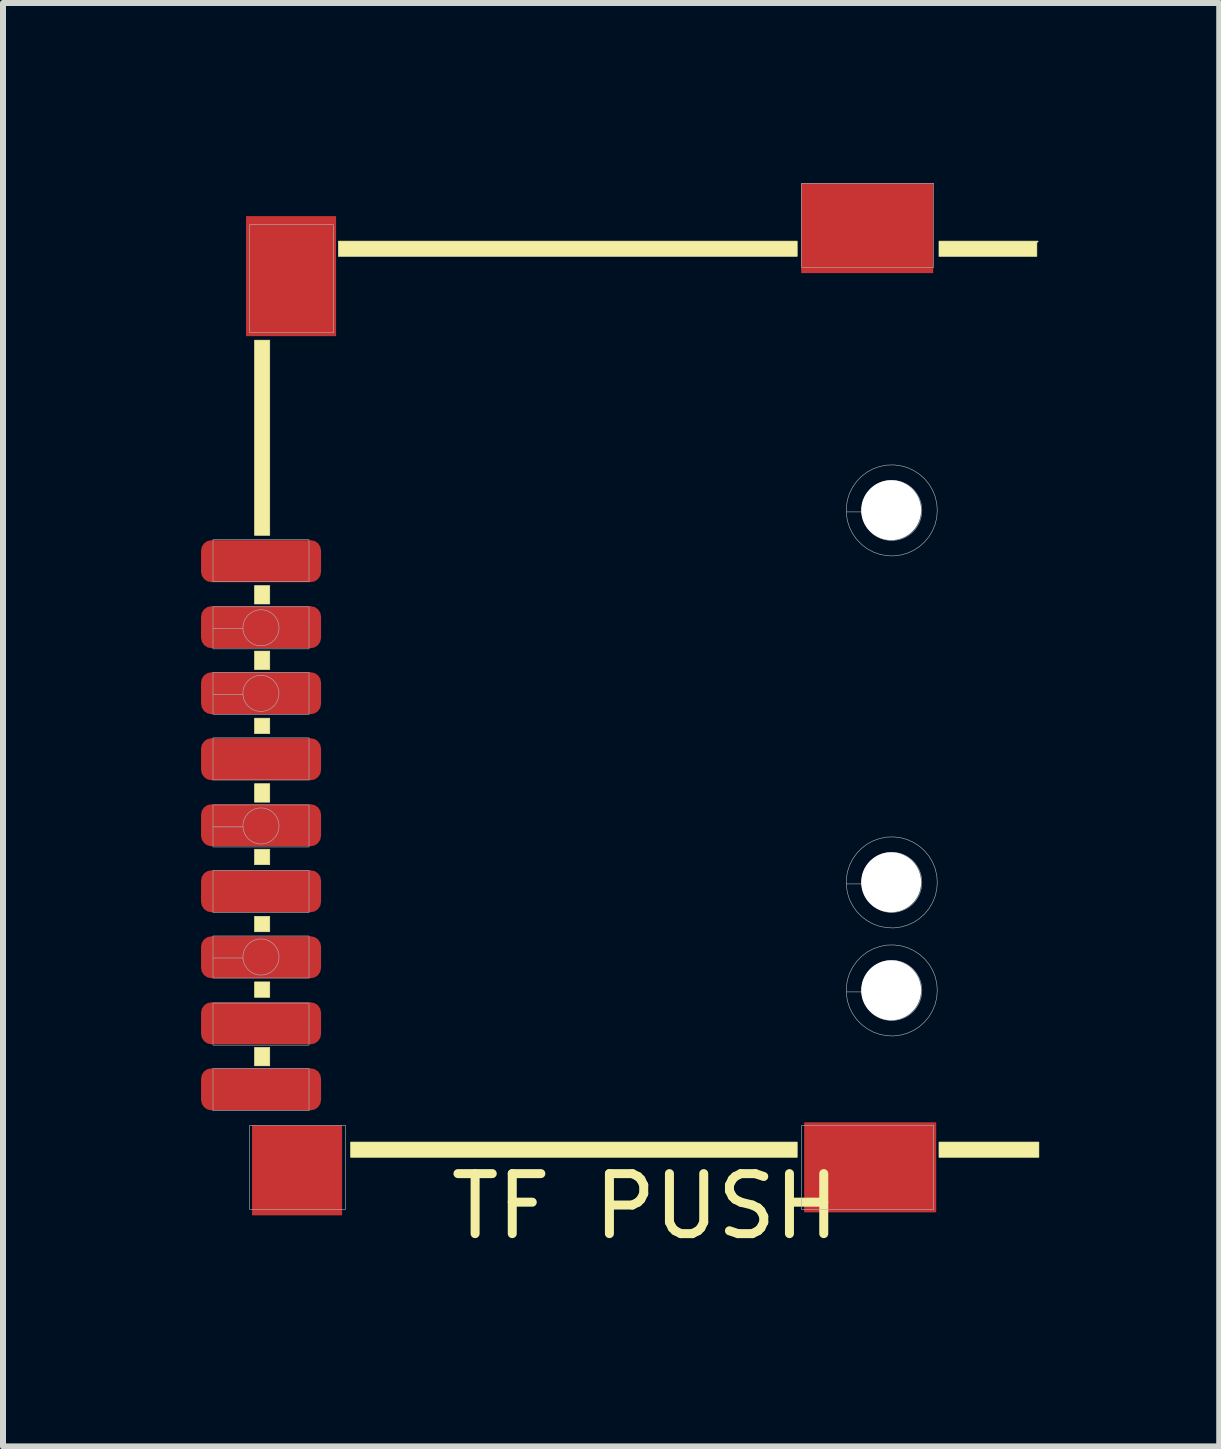
<source format=kicad_pcb>
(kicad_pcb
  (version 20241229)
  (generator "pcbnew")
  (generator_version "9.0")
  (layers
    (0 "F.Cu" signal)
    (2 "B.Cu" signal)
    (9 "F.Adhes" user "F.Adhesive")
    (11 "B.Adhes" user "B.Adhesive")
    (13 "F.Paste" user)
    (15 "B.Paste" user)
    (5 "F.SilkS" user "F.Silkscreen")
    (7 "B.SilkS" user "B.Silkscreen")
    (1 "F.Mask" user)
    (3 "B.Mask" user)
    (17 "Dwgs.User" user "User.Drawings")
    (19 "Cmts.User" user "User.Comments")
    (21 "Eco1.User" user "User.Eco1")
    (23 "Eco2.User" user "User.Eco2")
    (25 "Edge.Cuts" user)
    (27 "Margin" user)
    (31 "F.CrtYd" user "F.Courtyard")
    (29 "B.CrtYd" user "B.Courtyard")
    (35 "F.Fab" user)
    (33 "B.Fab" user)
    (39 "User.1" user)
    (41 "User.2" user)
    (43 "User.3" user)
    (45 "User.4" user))
  (footprint "TF PUSH"
    (layer "F.Cu")
    (at 0.25 17.801)
    (property "Reference" "TF PUSH" (at 7.45 -0.75 0) (unlocked yes) (layer "F.SilkS") (effects (font (size 1 1) (thickness 0.15))))
    (attr smd exclude_from_pos_files)
    (fp_poly (pts (xy 1.195 -11.93) (xy 0.941 -11.93) (xy 0.941 -15.183) (xy 1.195 -15.183)) (stroke (width 0.01) (type solid)) (fill yes) (layer "F.SilkS"))
    (fp_poly (pts (xy 1.195 -10.787) (xy 0.941 -10.787) (xy 0.941 -11.094) (xy 1.195 -11.094)) (stroke (width 0.01) (type solid)) (fill yes) (layer "F.SilkS"))
    (fp_poly (pts (xy 1.195 -9.694) (xy 0.941 -9.694) (xy 0.941 -10.002) (xy 1.195 -10.002)) (stroke (width 0.01) (type solid)) (fill yes) (layer "F.SilkS"))
    (fp_poly (pts (xy 1.195 -8.627) (xy 0.941 -8.627) (xy 0.941 -8.884) (xy 1.195 -8.884)) (stroke (width 0.01) (type solid)) (fill yes) (layer "F.SilkS"))
    (fp_poly (pts (xy 1.195 -7.485) (xy 0.941 -7.485) (xy 0.941 -7.792) (xy 1.195 -7.792)) (stroke (width 0.01) (type solid)) (fill yes) (layer "F.SilkS"))
    (fp_poly (pts (xy 1.195 -6.443) (xy 0.941 -6.443) (xy 0.941 -6.7) (xy 1.195 -6.7)) (stroke (width 0.01) (type solid)) (fill yes) (layer "F.SilkS"))
    (fp_poly (pts (xy 1.195 -5.325) (xy 0.941 -5.325) (xy 0.941 -5.582) (xy 1.195 -5.582)) (stroke (width 0.01) (type solid)) (fill yes) (layer "F.SilkS"))
    (fp_poly (pts (xy 1.195 -4.233) (xy 0.941 -4.233) (xy 0.941 -4.49) (xy 1.195 -4.49)) (stroke (width 0.01) (type solid)) (fill yes) (layer "F.SilkS"))
    (fp_poly (pts (xy 1.195 -3.091) (xy 0.941 -3.091) (xy 0.941 -3.398) (xy 1.195 -3.398)) (stroke (width 0.01) (type solid)) (fill yes) (layer "F.SilkS"))
    (fp_poly (pts (xy 9.984 -16.579) (xy 2.338 -16.579) (xy 2.338 -16.833) (xy 9.984 -16.833)) (stroke (width 0.01) (type solid)) (fill yes) (layer "F.SilkS"))
    (fp_poly (pts (xy 9.984 -1.567) (xy 2.542 -1.567) (xy 2.542 -1.821) (xy 9.984 -1.821)) (stroke (width 0.01) (type solid)) (fill yes) (layer "F.SilkS"))
    (fp_poly (pts (xy 14.011 -1.567) (xy 12.346 -1.567) (xy 12.346 -1.821) (xy 14.011 -1.821)) (stroke (width 0.01) (type solid)) (fill yes) (layer "F.SilkS"))
    (fp_poly (pts (xy 13.977 -16.807) (xy 13.977 -16.579) (xy 12.346 -16.579) (xy 12.346 -16.833) (xy 14 -16.833)) (stroke (width 0.01) (type solid)) (fill yes) (layer "F.SilkS"))
    (fp_poly (pts (xy 1.849 -11.158) (xy 0.249 -11.158) (xy 0.249 -11.859) (xy 1.849 -11.859)) (stroke (width 0.01) (type solid)) (fill no) (layer "F.Fab"))
    (fp_poly (pts (xy 1.849 -7.856) (xy 0.249 -7.856) (xy 0.249 -8.557) (xy 1.849 -8.557)) (stroke (width 0.01) (type solid)) (fill no) (layer "F.Fab"))
    (fp_poly (pts (xy 1.849 -5.646) (xy 0.249 -5.646) (xy 0.249 -6.347) (xy 1.849 -6.347)) (stroke (width 0.01) (type solid)) (fill no) (layer "F.Fab"))
    (fp_poly (pts (xy 1.849 -3.436) (xy 0.249 -3.436) (xy 0.249 -4.137) (xy 1.849 -4.137)) (stroke (width 0.01) (type solid)) (fill no) (layer "F.Fab"))
    (fp_poly (pts (xy 1.849 -2.344) (xy 0.249 -2.344) (xy 0.249 -3.045) (xy 1.849 -3.045)) (stroke (width 0.01) (type solid)) (fill no) (layer "F.Fab"))
    (fp_poly (pts (xy 2.257 -15.307) (xy 0.857 -15.307) (xy 0.857 -17.108) (xy 2.257 -17.108)) (stroke (width 0.01) (type solid)) (fill no) (layer "F.Fab"))
    (fp_poly (pts (xy 2.459 -0.699) (xy 0.858 -0.699) (xy 0.858 -2.099) (xy 2.459 -2.099)) (stroke (width 0.01) (type solid)) (fill no) (layer "F.Fab"))
    (fp_poly (pts (xy 12.258 -16.396) (xy 10.058 -16.396) (xy 10.058 -17.796) (xy 12.258 -17.796)) (stroke (width 0.01) (type solid)) (fill no) (layer "F.Fab"))
    (fp_poly (pts (xy 12.258 -0.699) (xy 10.058 -0.699) (xy 10.058 -2.099) (xy 12.258 -2.099)) (stroke (width 0.01) (type solid)) (fill no) (layer "F.Fab"))
    (fp_poly (pts (xy 1.849 -10.04) (xy 0.249 -10.04) (xy 0.249 -10.39) (xy 0.749 -10.39) (xy 0.749 -10.375) (xy 0.75 -10.36) (xy 0.752 -10.345) (xy 0.755 -10.33) (xy 0.758 -10.316) (xy 0.762 -10.301) (xy 0.767 -10.287) (xy 0.772 -10.274) (xy 0.778 -10.26) (xy 0.785 -10.247) (xy 0.792 -10.235) (xy 0.8 -10.223) (xy 0.808 -10.211) (xy 0.817 -10.2) (xy 0.826 -10.189) (xy 0.836 -10.178) (xy 0.847 -10.168) (xy 0.858 -10.159) (xy 0.869 -10.15) (xy 0.881 -10.142) (xy 0.893 -10.134) (xy 0.906 -10.127) (xy 0.918 -10.12) (xy 0.932 -10.114) (xy 0.945 -10.109) (xy 0.959 -10.104) (xy 0.974 -10.1) (xy 0.988 -10.097) (xy 1.003 -10.094) (xy 1.018 -10.092) (xy 1.033 -10.091) (xy 1.049 -10.09) (xy 1.064 -10.091) (xy 1.079 -10.092) (xy 1.094 -10.094) (xy 1.109 -10.097) (xy 1.124 -10.1) (xy 1.138 -10.104) (xy 1.152 -10.109) (xy 1.165 -10.114) (xy 1.179 -10.12) (xy 1.192 -10.127) (xy 1.204 -10.134) (xy 1.216 -10.142) (xy 1.228 -10.15) (xy 1.239 -10.159) (xy 1.25 -10.168) (xy 1.261 -10.178) (xy 1.271 -10.189) (xy 1.28 -10.2) (xy 1.289 -10.211) (xy 1.297 -10.223) (xy 1.305 -10.235) (xy 1.312 -10.247) (xy 1.319 -10.26) (xy 1.325 -10.274) (xy 1.33 -10.287) (xy 1.335 -10.301) (xy 1.339 -10.316) (xy 1.342 -10.33) (xy 1.345 -10.345) (xy 1.347 -10.36) (xy 1.348 -10.375) (xy 1.349 -10.39) (xy 1.348 -10.406) (xy 1.347 -10.421) (xy 1.345 -10.436) (xy 1.342 -10.451) (xy 1.339 -10.465) (xy 1.335 -10.48) (xy 1.33 -10.494) (xy 1.325 -10.507) (xy 1.319 -10.521) (xy 1.312 -10.533) (xy 1.305 -10.546) (xy 1.297 -10.558) (xy 1.289 -10.57) (xy 1.28 -10.581) (xy 1.271 -10.592) (xy 1.261 -10.603) (xy 1.25 -10.613) (xy 1.239 -10.622) (xy 1.228 -10.631) (xy 1.216 -10.639) (xy 1.204 -10.647) (xy 1.192 -10.654) (xy 1.179 -10.661) (xy 1.165 -10.667) (xy 1.152 -10.672) (xy 1.138 -10.677) (xy 1.124 -10.681) (xy 1.109 -10.684) (xy 1.094 -10.687) (xy 1.079 -10.689) (xy 1.064 -10.69) (xy 1.049 -10.69) (xy 1.033 -10.69) (xy 1.018 -10.689) (xy 1.003 -10.687) (xy 0.988 -10.684) (xy 0.974 -10.681) (xy 0.959 -10.677) (xy 0.945 -10.672) (xy 0.932 -10.667) (xy 0.918 -10.661) (xy 0.906 -10.654) (xy 0.893 -10.647) (xy 0.881 -10.639) (xy 0.869 -10.631) (xy 0.858 -10.622) (xy 0.847 -10.613) (xy 0.836 -10.603) (xy 0.826 -10.592) (xy 0.817 -10.581) (xy 0.808 -10.57) (xy 0.8 -10.558) (xy 0.792 -10.546) (xy 0.785 -10.533) (xy 0.778 -10.521) (xy 0.772 -10.507) (xy 0.767 -10.494) (xy 0.762 -10.48) (xy 0.758 -10.465) (xy 0.755 -10.451) (xy 0.752 -10.436) (xy 0.75 -10.421) (xy 0.749 -10.406) (xy 0.749 -10.39) (xy 0.249 -10.39) (xy 0.249 -10.741) (xy 1.849 -10.741)) (stroke (width 0.01) (type solid)) (fill no) (layer "F.Fab"))
    (fp_poly (pts (xy 1.849 -8.948) (xy 0.249 -8.948) (xy 0.249 -9.297) (xy 0.748 -9.297) (xy 0.748 -9.282) (xy 0.749 -9.267) (xy 0.751 -9.252) (xy 0.754 -9.237) (xy 0.757 -9.222) (xy 0.761 -9.208) (xy 0.766 -9.194) (xy 0.771 -9.181) (xy 0.777 -9.167) (xy 0.784 -9.154) (xy 0.791 -9.142) (xy 0.799 -9.13) (xy 0.807 -9.118) (xy 0.816 -9.106) (xy 0.825 -9.096) (xy 0.835 -9.085) (xy 0.846 -9.075) (xy 0.857 -9.066) (xy 0.868 -9.057) (xy 0.88 -9.049) (xy 0.892 -9.041) (xy 0.905 -9.033) (xy 0.917 -9.027) (xy 0.931 -9.021) (xy 0.944 -9.015) (xy 0.958 -9.011) (xy 0.973 -9.007) (xy 0.987 -9.003) (xy 1.002 -9.001) (xy 1.017 -8.999) (xy 1.032 -8.998) (xy 1.048 -8.997) (xy 1.063 -8.998) (xy 1.078 -8.999) (xy 1.093 -9.001) (xy 1.108 -9.003) (xy 1.123 -9.007) (xy 1.137 -9.011) (xy 1.151 -9.015) (xy 1.164 -9.021) (xy 1.178 -9.027) (xy 1.191 -9.033) (xy 1.203 -9.041) (xy 1.215 -9.049) (xy 1.227 -9.057) (xy 1.238 -9.066) (xy 1.249 -9.075) (xy 1.26 -9.085) (xy 1.27 -9.096) (xy 1.279 -9.106) (xy 1.288 -9.118) (xy 1.296 -9.13) (xy 1.304 -9.142) (xy 1.311 -9.154) (xy 1.318 -9.167) (xy 1.324 -9.181) (xy 1.329 -9.194) (xy 1.334 -9.208) (xy 1.338 -9.222) (xy 1.341 -9.237) (xy 1.344 -9.252) (xy 1.346 -9.267) (xy 1.347 -9.282) (xy 1.348 -9.297) (xy 1.347 -9.313) (xy 1.346 -9.328) (xy 1.344 -9.343) (xy 1.341 -9.358) (xy 1.338 -9.372) (xy 1.334 -9.386) (xy 1.329 -9.4) (xy 1.324 -9.414) (xy 1.318 -9.427) (xy 1.311 -9.44) (xy 1.304 -9.453) (xy 1.296 -9.465) (xy 1.288 -9.477) (xy 1.279 -9.488) (xy 1.27 -9.499) (xy 1.26 -9.509) (xy 1.249 -9.519) (xy 1.238 -9.529) (xy 1.227 -9.538) (xy 1.215 -9.546) (xy 1.203 -9.554) (xy 1.191 -9.561) (xy 1.178 -9.568) (xy 1.164 -9.574) (xy 1.151 -9.579) (xy 1.137 -9.584) (xy 1.123 -9.588) (xy 1.108 -9.591) (xy 1.093 -9.594) (xy 1.078 -9.596) (xy 1.063 -9.597) (xy 1.048 -9.597) (xy 1.032 -9.597) (xy 1.017 -9.596) (xy 1.002 -9.594) (xy 0.987 -9.591) (xy 0.973 -9.588) (xy 0.958 -9.584) (xy 0.944 -9.579) (xy 0.931 -9.574) (xy 0.917 -9.568) (xy 0.905 -9.561) (xy 0.892 -9.554) (xy 0.88 -9.546) (xy 0.868 -9.538) (xy 0.857 -9.529) (xy 0.846 -9.519) (xy 0.835 -9.509) (xy 0.825 -9.499) (xy 0.816 -9.488) (xy 0.807 -9.477) (xy 0.799 -9.465) (xy 0.791 -9.453) (xy 0.784 -9.44) (xy 0.777 -9.427) (xy 0.771 -9.414) (xy 0.766 -9.4) (xy 0.761 -9.386) (xy 0.757 -9.372) (xy 0.754 -9.358) (xy 0.751 -9.343) (xy 0.749 -9.328) (xy 0.748 -9.313) (xy 0.748 -9.297) (xy 0.249 -9.297) (xy 0.249 -9.649) (xy 1.849 -9.649)) (stroke (width 0.01) (type solid)) (fill no) (layer "F.Fab"))
    (fp_poly (pts (xy 1.849 -6.738) (xy 0.249 -6.738) (xy 0.249 -7.088) (xy 0.749 -7.088) (xy 0.749 -7.073) (xy 0.75 -7.058) (xy 0.752 -7.043) (xy 0.755 -7.028) (xy 0.758 -7.014) (xy 0.762 -6.999) (xy 0.767 -6.985) (xy 0.772 -6.972) (xy 0.778 -6.958) (xy 0.785 -6.945) (xy 0.792 -6.933) (xy 0.8 -6.921) (xy 0.808 -6.909) (xy 0.817 -6.898) (xy 0.826 -6.887) (xy 0.836 -6.876) (xy 0.847 -6.866) (xy 0.858 -6.857) (xy 0.869 -6.848) (xy 0.881 -6.84) (xy 0.893 -6.832) (xy 0.906 -6.825) (xy 0.918 -6.818) (xy 0.932 -6.812) (xy 0.945 -6.807) (xy 0.959 -6.802) (xy 0.974 -6.798) (xy 0.988 -6.795) (xy 1.003 -6.792) (xy 1.018 -6.79) (xy 1.033 -6.789) (xy 1.049 -6.788) (xy 1.064 -6.789) (xy 1.079 -6.79) (xy 1.094 -6.792) (xy 1.109 -6.795) (xy 1.124 -6.798) (xy 1.138 -6.802) (xy 1.152 -6.807) (xy 1.165 -6.812) (xy 1.179 -6.818) (xy 1.192 -6.825) (xy 1.204 -6.832) (xy 1.216 -6.84) (xy 1.228 -6.848) (xy 1.239 -6.857) (xy 1.25 -6.866) (xy 1.261 -6.876) (xy 1.271 -6.887) (xy 1.28 -6.898) (xy 1.289 -6.909) (xy 1.297 -6.921) (xy 1.305 -6.933) (xy 1.312 -6.945) (xy 1.319 -6.958) (xy 1.325 -6.972) (xy 1.33 -6.985) (xy 1.335 -6.999) (xy 1.339 -7.014) (xy 1.342 -7.028) (xy 1.345 -7.043) (xy 1.347 -7.058) (xy 1.348 -7.073) (xy 1.349 -7.088) (xy 1.348 -7.104) (xy 1.347 -7.119) (xy 1.345 -7.134) (xy 1.342 -7.149) (xy 1.339 -7.163) (xy 1.335 -7.178) (xy 1.33 -7.192) (xy 1.325 -7.205) (xy 1.319 -7.219) (xy 1.312 -7.231) (xy 1.305 -7.244) (xy 1.297 -7.256) (xy 1.289 -7.268) (xy 1.28 -7.279) (xy 1.271 -7.29) (xy 1.261 -7.301) (xy 1.25 -7.311) (xy 1.239 -7.32) (xy 1.228 -7.329) (xy 1.216 -7.337) (xy 1.204 -7.345) (xy 1.192 -7.352) (xy 1.179 -7.359) (xy 1.165 -7.365) (xy 1.152 -7.37) (xy 1.138 -7.375) (xy 1.124 -7.379) (xy 1.109 -7.382) (xy 1.094 -7.385) (xy 1.079 -7.387) (xy 1.064 -7.388) (xy 1.049 -7.388) (xy 1.033 -7.388) (xy 1.018 -7.387) (xy 1.003 -7.385) (xy 0.988 -7.382) (xy 0.974 -7.379) (xy 0.959 -7.375) (xy 0.945 -7.37) (xy 0.932 -7.365) (xy 0.918 -7.359) (xy 0.906 -7.352) (xy 0.893 -7.345) (xy 0.881 -7.337) (xy 0.869 -7.329) (xy 0.858 -7.32) (xy 0.847 -7.311) (xy 0.836 -7.301) (xy 0.826 -7.29) (xy 0.817 -7.279) (xy 0.808 -7.268) (xy 0.8 -7.256) (xy 0.792 -7.244) (xy 0.785 -7.231) (xy 0.778 -7.219) (xy 0.772 -7.205) (xy 0.767 -7.192) (xy 0.762 -7.178) (xy 0.758 -7.163) (xy 0.755 -7.149) (xy 0.752 -7.134) (xy 0.75 -7.119) (xy 0.749 -7.104) (xy 0.749 -7.088) (xy 0.249 -7.088) (xy 0.249 -7.439) (xy 1.849 -7.439)) (stroke (width 0.01) (type solid)) (fill no) (layer "F.Fab"))
    (fp_poly (pts (xy 1.849 -4.554) (xy 0.249 -4.554) (xy 0.249 -4.904) (xy 0.749 -4.904) (xy 0.749 -4.889) (xy 0.75 -4.873) (xy 0.752 -4.858) (xy 0.755 -4.844) (xy 0.758 -4.829) (xy 0.762 -4.815) (xy 0.767 -4.801) (xy 0.772 -4.787) (xy 0.778 -4.774) (xy 0.785 -4.761) (xy 0.792 -4.749) (xy 0.8 -4.736) (xy 0.808 -4.725) (xy 0.817 -4.713) (xy 0.826 -4.702) (xy 0.836 -4.692) (xy 0.847 -4.682) (xy 0.858 -4.673) (xy 0.869 -4.664) (xy 0.881 -4.655) (xy 0.893 -4.648) (xy 0.906 -4.64) (xy 0.918 -4.634) (xy 0.932 -4.628) (xy 0.945 -4.622) (xy 0.959 -4.618) (xy 0.974 -4.614) (xy 0.988 -4.61) (xy 1.003 -4.608) (xy 1.018 -4.606) (xy 1.033 -4.604) (xy 1.049 -4.604) (xy 1.064 -4.604) (xy 1.079 -4.606) (xy 1.094 -4.608) (xy 1.109 -4.61) (xy 1.124 -4.614) (xy 1.138 -4.618) (xy 1.152 -4.622) (xy 1.165 -4.628) (xy 1.179 -4.634) (xy 1.192 -4.64) (xy 1.204 -4.648) (xy 1.216 -4.655) (xy 1.228 -4.664) (xy 1.239 -4.673) (xy 1.25 -4.682) (xy 1.261 -4.692) (xy 1.271 -4.702) (xy 1.28 -4.713) (xy 1.289 -4.725) (xy 1.297 -4.736) (xy 1.305 -4.749) (xy 1.312 -4.761) (xy 1.319 -4.774) (xy 1.325 -4.787) (xy 1.33 -4.801) (xy 1.335 -4.815) (xy 1.339 -4.829) (xy 1.342 -4.844) (xy 1.345 -4.858) (xy 1.347 -4.873) (xy 1.348 -4.889) (xy 1.349 -4.904) (xy 1.348 -4.92) (xy 1.347 -4.935) (xy 1.345 -4.95) (xy 1.342 -4.965) (xy 1.339 -4.979) (xy 1.335 -4.993) (xy 1.33 -5.007) (xy 1.325 -5.021) (xy 1.319 -5.034) (xy 1.312 -5.047) (xy 1.305 -5.06) (xy 1.297 -5.072) (xy 1.289 -5.084) (xy 1.28 -5.095) (xy 1.271 -5.106) (xy 1.261 -5.116) (xy 1.25 -5.126) (xy 1.239 -5.136) (xy 1.228 -5.144) (xy 1.216 -5.153) (xy 1.204 -5.161) (xy 1.192 -5.168) (xy 1.179 -5.175) (xy 1.165 -5.181) (xy 1.152 -5.186) (xy 1.138 -5.191) (xy 1.124 -5.195) (xy 1.109 -5.198) (xy 1.094 -5.201) (xy 1.079 -5.203) (xy 1.064 -5.204) (xy 1.049 -5.204) (xy 1.033 -5.204) (xy 1.018 -5.203) (xy 1.003 -5.201) (xy 0.988 -5.198) (xy 0.974 -5.195) (xy 0.959 -5.191) (xy 0.945 -5.186) (xy 0.932 -5.181) (xy 0.918 -5.175) (xy 0.906 -5.168) (xy 0.893 -5.161) (xy 0.881 -5.153) (xy 0.869 -5.144) (xy 0.858 -5.136) (xy 0.847 -5.126) (xy 0.836 -5.116) (xy 0.826 -5.106) (xy 0.817 -5.095) (xy 0.808 -5.084) (xy 0.8 -5.072) (xy 0.792 -5.06) (xy 0.785 -5.047) (xy 0.778 -5.034) (xy 0.772 -5.021) (xy 0.767 -5.007) (xy 0.762 -4.993) (xy 0.758 -4.979) (xy 0.755 -4.965) (xy 0.752 -4.95) (xy 0.75 -4.935) (xy 0.749 -4.92) (xy 0.749 -4.904) (xy 0.249 -4.904) (xy 0.249 -5.255) (xy 1.849 -5.255)) (stroke (width 0.01) (type solid)) (fill no) (layer "F.Fab"))
    (fp_poly (pts (xy 11.704 -13.091) (xy 11.816 -13.061) (xy 11.922 -13.013) (xy 12.019 -12.95) (xy 12.106 -12.873) (xy 12.18 -12.783) (xy 12.239 -12.683) (xy 12.283 -12.575) (xy 12.309 -12.462) (xy 12.318 -12.346) (xy 12.309 -12.23) (xy 12.283 -12.117) (xy 12.239 -12.009) (xy 12.18 -11.91) (xy 12.106 -11.82) (xy 12.019 -11.743) (xy 11.922 -11.68) (xy 11.816 -11.632) (xy 11.704 -11.602) (xy 11.589 -11.588) (xy 11.472 -11.592) (xy 11.358 -11.615) (xy 11.249 -11.654) (xy 11.147 -11.709) (xy 11.055 -11.78) (xy 10.974 -11.864) (xy 10.907 -11.959) (xy 10.855 -12.063) (xy 10.82 -12.174) (xy 10.803 -12.288) (xy 10.803 -12.346) (xy 11.06 -12.346) (xy 11.06 -12.321) (xy 11.062 -12.295) (xy 11.066 -12.27) (xy 11.07 -12.245) (xy 11.076 -12.221) (xy 11.082 -12.198) (xy 11.09 -12.174) (xy 11.099 -12.152) (xy 11.109 -12.129) (xy 11.12 -12.108) (xy 11.132 -12.087) (xy 11.145 -12.067) (xy 11.159 -12.047) (xy 11.174 -12.028) (xy 11.19 -12.01) (xy 11.206 -11.993) (xy 11.224 -11.976) (xy 11.242 -11.96) (xy 11.261 -11.946) (xy 11.28 -11.932) (xy 11.301 -11.919) (xy 11.321 -11.907) (xy 11.343 -11.896) (xy 11.365 -11.886) (xy 11.388 -11.877) (xy 11.411 -11.869) (xy 11.435 -11.862) (xy 11.459 -11.856) (xy 11.484 -11.852) (xy 11.509 -11.849) (xy 11.534 -11.847) (xy 11.56 -11.846) (xy 11.586 -11.847) (xy 11.611 -11.849) (xy 11.636 -11.852) (xy 11.661 -11.856) (xy 11.685 -11.862) (xy 11.709 -11.869) (xy 11.732 -11.877) (xy 11.754 -11.886) (xy 11.777 -11.896) (xy 11.798 -11.907) (xy 11.819 -11.919) (xy 11.839 -11.932) (xy 11.859 -11.946) (xy 11.878 -11.96) (xy 11.896 -11.976) (xy 11.913 -11.993) (xy 11.93 -12.01) (xy 11.946 -12.028) (xy 11.96 -12.047) (xy 11.974 -12.067) (xy 11.987 -12.087) (xy 11.999 -12.108) (xy 12.011 -12.129) (xy 12.021 -12.152) (xy 12.029 -12.174) (xy 12.037 -12.198) (xy 12.044 -12.221) (xy 12.05 -12.245) (xy 12.054 -12.27) (xy 12.057 -12.295) (xy 12.059 -12.321) (xy 12.06 -12.346) (xy 12.059 -12.372) (xy 12.057 -12.397) (xy 12.054 -12.422) (xy 12.05 -12.447) (xy 12.044 -12.471) (xy 12.037 -12.495) (xy 12.029 -12.518) (xy 12.021 -12.541) (xy 12.011 -12.563) (xy 11.999 -12.585) (xy 11.987 -12.606) (xy 11.974 -12.626) (xy 11.96 -12.645) (xy 11.946 -12.664) (xy 11.93 -12.682) (xy 11.913 -12.7) (xy 11.896 -12.716) (xy 11.878 -12.732) (xy 11.859 -12.747) (xy 11.839 -12.761) (xy 11.819 -12.774) (xy 11.798 -12.786) (xy 11.777 -12.797) (xy 11.754 -12.807) (xy 11.732 -12.816) (xy 11.709 -12.824) (xy 11.685 -12.83) (xy 11.661 -12.836) (xy 11.636 -12.84) (xy 11.611 -12.844) (xy 11.586 -12.846) (xy 11.56 -12.846) (xy 11.534 -12.846) (xy 11.509 -12.844) (xy 11.484 -12.84) (xy 11.459 -12.836) (xy 11.435 -12.83) (xy 11.411 -12.824) (xy 11.388 -12.816) (xy 11.365 -12.807) (xy 11.343 -12.797) (xy 11.321 -12.786) (xy 11.301 -12.774) (xy 11.28 -12.761) (xy 11.261 -12.747) (xy 11.242 -12.732) (xy 11.224 -12.716) (xy 11.206 -12.7) (xy 11.19 -12.682) (xy 11.174 -12.664) (xy 11.159 -12.645) (xy 11.145 -12.626) (xy 11.132 -12.606) (xy 11.12 -12.585) (xy 11.109 -12.563) (xy 11.099 -12.541) (xy 11.09 -12.518) (xy 11.082 -12.495) (xy 11.076 -12.471) (xy 11.07 -12.447) (xy 11.066 -12.422) (xy 11.062 -12.397) (xy 11.06 -12.372) (xy 11.06 -12.346) (xy 10.803 -12.346) (xy 10.803 -12.404) (xy 10.82 -12.519) (xy 10.855 -12.63) (xy 10.907 -12.734) (xy 10.974 -12.829) (xy 11.055 -12.913) (xy 11.147 -12.983) (xy 11.249 -13.039) (xy 11.358 -13.078) (xy 11.472 -13.1) (xy 11.589 -13.105)) (stroke (width 0.01) (type solid)) (fill no) (layer "F.Fab"))
    (fp_poly (pts (xy 11.704 -6.893) (xy 11.816 -6.862) (xy 11.922 -6.814) (xy 12.019 -6.751) (xy 12.106 -6.674) (xy 12.18 -6.584) (xy 12.239 -6.485) (xy 12.283 -6.377) (xy 12.309 -6.264) (xy 12.318 -6.148) (xy 12.309 -6.032) (xy 12.283 -5.919) (xy 12.239 -5.811) (xy 12.18 -5.711) (xy 12.106 -5.622) (xy 12.019 -5.544) (xy 11.922 -5.481) (xy 11.816 -5.434) (xy 11.704 -5.403) (xy 11.589 -5.389) (xy 11.472 -5.394) (xy 11.358 -5.416) (xy 11.249 -5.455) (xy 11.147 -5.511) (xy 11.055 -5.581) (xy 10.974 -5.665) (xy 10.907 -5.76) (xy 10.855 -5.864) (xy 10.82 -5.975) (xy 10.803 -6.09) (xy 10.803 -6.148) (xy 11.06 -6.148) (xy 11.06 -6.123) (xy 11.062 -6.097) (xy 11.066 -6.072) (xy 11.07 -6.047) (xy 11.076 -6.023) (xy 11.082 -6) (xy 11.09 -5.976) (xy 11.099 -5.954) (xy 11.109 -5.931) (xy 11.12 -5.91) (xy 11.132 -5.889) (xy 11.145 -5.869) (xy 11.159 -5.849) (xy 11.174 -5.83) (xy 11.19 -5.812) (xy 11.206 -5.795) (xy 11.224 -5.778) (xy 11.242 -5.762) (xy 11.261 -5.748) (xy 11.28 -5.734) (xy 11.301 -5.721) (xy 11.321 -5.709) (xy 11.343 -5.698) (xy 11.365 -5.688) (xy 11.388 -5.679) (xy 11.411 -5.671) (xy 11.435 -5.664) (xy 11.459 -5.658) (xy 11.484 -5.654) (xy 11.509 -5.651) (xy 11.534 -5.649) (xy 11.56 -5.648) (xy 11.586 -5.649) (xy 11.611 -5.651) (xy 11.636 -5.654) (xy 11.661 -5.658) (xy 11.685 -5.664) (xy 11.709 -5.671) (xy 11.732 -5.679) (xy 11.754 -5.688) (xy 11.777 -5.698) (xy 11.798 -5.709) (xy 11.819 -5.721) (xy 11.839 -5.734) (xy 11.859 -5.748) (xy 11.878 -5.762) (xy 11.896 -5.778) (xy 11.913 -5.795) (xy 11.93 -5.812) (xy 11.946 -5.83) (xy 11.96 -5.849) (xy 11.974 -5.869) (xy 11.987 -5.889) (xy 11.999 -5.91) (xy 12.011 -5.931) (xy 12.021 -5.954) (xy 12.029 -5.976) (xy 12.037 -6) (xy 12.044 -6.023) (xy 12.05 -6.047) (xy 12.054 -6.072) (xy 12.057 -6.097) (xy 12.059 -6.123) (xy 12.06 -6.148) (xy 12.059 -6.174) (xy 12.057 -6.199) (xy 12.054 -6.224) (xy 12.05 -6.249) (xy 12.044 -6.273) (xy 12.037 -6.297) (xy 12.029 -6.32) (xy 12.021 -6.343) (xy 12.011 -6.365) (xy 11.999 -6.387) (xy 11.987 -6.408) (xy 11.974 -6.428) (xy 11.96 -6.447) (xy 11.946 -6.466) (xy 11.93 -6.484) (xy 11.913 -6.502) (xy 11.896 -6.518) (xy 11.878 -6.534) (xy 11.859 -6.549) (xy 11.839 -6.563) (xy 11.819 -6.576) (xy 11.798 -6.588) (xy 11.777 -6.599) (xy 11.754 -6.609) (xy 11.732 -6.618) (xy 11.709 -6.626) (xy 11.685 -6.632) (xy 11.661 -6.638) (xy 11.636 -6.642) (xy 11.611 -6.646) (xy 11.586 -6.648) (xy 11.56 -6.648) (xy 11.534 -6.648) (xy 11.509 -6.646) (xy 11.484 -6.642) (xy 11.459 -6.638) (xy 11.435 -6.632) (xy 11.411 -6.626) (xy 11.388 -6.618) (xy 11.365 -6.609) (xy 11.343 -6.599) (xy 11.321 -6.588) (xy 11.301 -6.576) (xy 11.28 -6.563) (xy 11.261 -6.549) (xy 11.242 -6.534) (xy 11.224 -6.518) (xy 11.206 -6.502) (xy 11.19 -6.484) (xy 11.174 -6.466) (xy 11.159 -6.447) (xy 11.145 -6.428) (xy 11.132 -6.408) (xy 11.12 -6.387) (xy 11.109 -6.365) (xy 11.099 -6.343) (xy 11.09 -6.32) (xy 11.082 -6.297) (xy 11.076 -6.273) (xy 11.07 -6.249) (xy 11.066 -6.224) (xy 11.062 -6.199) (xy 11.06 -6.174) (xy 11.06 -6.148) (xy 10.803 -6.148) (xy 10.803 -6.206) (xy 10.82 -6.321) (xy 10.855 -6.431) (xy 10.907 -6.535) (xy 10.974 -6.63) (xy 11.055 -6.714) (xy 11.147 -6.785) (xy 11.249 -6.84) (xy 11.358 -6.879) (xy 11.472 -6.902) (xy 11.589 -6.906)) (stroke (width 0.01) (type solid)) (fill no) (layer "F.Fab"))
    (fp_poly (pts (xy 11.704 -5.093) (xy 11.816 -5.062) (xy 11.922 -5.014) (xy 12.019 -4.951) (xy 12.106 -4.874) (xy 12.18 -4.784) (xy 12.239 -4.685) (xy 12.283 -4.577) (xy 12.309 -4.464) (xy 12.318 -4.348) (xy 12.309 -4.232) (xy 12.283 -4.119) (xy 12.239 -4.011) (xy 12.18 -3.911) (xy 12.106 -3.822) (xy 12.019 -3.744) (xy 11.922 -3.681) (xy 11.816 -3.634) (xy 11.704 -3.603) (xy 11.589 -3.589) (xy 11.472 -3.594) (xy 11.358 -3.616) (xy 11.249 -3.655) (xy 11.147 -3.711) (xy 11.055 -3.781) (xy 10.974 -3.865) (xy 10.907 -3.96) (xy 10.855 -4.064) (xy 10.82 -4.175) (xy 10.803 -4.29) (xy 10.803 -4.348) (xy 11.06 -4.348) (xy 11.06 -4.323) (xy 11.062 -4.297) (xy 11.066 -4.272) (xy 11.07 -4.247) (xy 11.076 -4.223) (xy 11.082 -4.2) (xy 11.09 -4.176) (xy 11.099 -4.154) (xy 11.109 -4.131) (xy 11.12 -4.11) (xy 11.132 -4.089) (xy 11.145 -4.069) (xy 11.159 -4.049) (xy 11.174 -4.03) (xy 11.19 -4.012) (xy 11.206 -3.995) (xy 11.224 -3.978) (xy 11.242 -3.962) (xy 11.261 -3.948) (xy 11.28 -3.934) (xy 11.301 -3.921) (xy 11.321 -3.909) (xy 11.343 -3.898) (xy 11.365 -3.888) (xy 11.388 -3.879) (xy 11.411 -3.871) (xy 11.435 -3.864) (xy 11.459 -3.858) (xy 11.484 -3.854) (xy 11.509 -3.851) (xy 11.534 -3.849) (xy 11.56 -3.848) (xy 11.586 -3.849) (xy 11.611 -3.851) (xy 11.636 -3.854) (xy 11.661 -3.858) (xy 11.685 -3.864) (xy 11.709 -3.871) (xy 11.732 -3.879) (xy 11.754 -3.888) (xy 11.777 -3.898) (xy 11.798 -3.909) (xy 11.819 -3.921) (xy 11.839 -3.934) (xy 11.859 -3.948) (xy 11.878 -3.962) (xy 11.896 -3.978) (xy 11.913 -3.995) (xy 11.93 -4.012) (xy 11.946 -4.03) (xy 11.96 -4.049) (xy 11.974 -4.069) (xy 11.987 -4.089) (xy 11.999 -4.11) (xy 12.011 -4.131) (xy 12.021 -4.154) (xy 12.029 -4.176) (xy 12.037 -4.2) (xy 12.044 -4.223) (xy 12.05 -4.247) (xy 12.054 -4.272) (xy 12.057 -4.297) (xy 12.059 -4.323) (xy 12.06 -4.348) (xy 12.059 -4.374) (xy 12.057 -4.399) (xy 12.054 -4.424) (xy 12.05 -4.449) (xy 12.044 -4.473) (xy 12.037 -4.497) (xy 12.029 -4.52) (xy 12.021 -4.543) (xy 12.011 -4.565) (xy 11.999 -4.587) (xy 11.987 -4.608) (xy 11.974 -4.628) (xy 11.96 -4.647) (xy 11.946 -4.666) (xy 11.93 -4.684) (xy 11.913 -4.702) (xy 11.896 -4.718) (xy 11.878 -4.734) (xy 11.859 -4.749) (xy 11.839 -4.763) (xy 11.819 -4.776) (xy 11.798 -4.788) (xy 11.777 -4.799) (xy 11.754 -4.809) (xy 11.732 -4.818) (xy 11.709 -4.826) (xy 11.685 -4.832) (xy 11.661 -4.838) (xy 11.636 -4.842) (xy 11.611 -4.846) (xy 11.586 -4.848) (xy 11.56 -4.848) (xy 11.534 -4.848) (xy 11.509 -4.846) (xy 11.484 -4.842) (xy 11.459 -4.838) (xy 11.435 -4.832) (xy 11.411 -4.826) (xy 11.388 -4.818) (xy 11.365 -4.809) (xy 11.343 -4.799) (xy 11.321 -4.788) (xy 11.301 -4.776) (xy 11.28 -4.763) (xy 11.261 -4.749) (xy 11.242 -4.734) (xy 11.224 -4.718) (xy 11.206 -4.702) (xy 11.19 -4.684) (xy 11.174 -4.666) (xy 11.159 -4.647) (xy 11.145 -4.628) (xy 11.132 -4.608) (xy 11.12 -4.587) (xy 11.109 -4.565) (xy 11.099 -4.543) (xy 11.09 -4.52) (xy 11.082 -4.497) (xy 11.076 -4.473) (xy 11.07 -4.449) (xy 11.066 -4.424) (xy 11.062 -4.399) (xy 11.06 -4.374) (xy 11.06 -4.348) (xy 10.803 -4.348) (xy 10.803 -4.406) (xy 10.82 -4.521) (xy 10.855 -4.631) (xy 10.907 -4.735) (xy 10.974 -4.83) (xy 11.055 -4.914) (xy 11.147 -4.985) (xy 11.249 -5.04) (xy 11.358 -5.079) (xy 11.472 -5.102) (xy 11.589 -5.106)) (stroke (width 0.01) (type solid)) (fill no) (layer "F.Fab"))
    (pad "" smd rect (at 1.55 -16.25) (size 1.5 2) (layers "F.Cu" "F.Mask" "F.Paste"))
    (pad "" smd rect (at 1.65 -1.35 90) (size 1.5 1.5) (layers "F.Cu" "F.Mask" "F.Paste"))
    (pad "" smd rect (at 11.15 -17.05 90) (size 1.5 2.2) (layers "F.Cu" "F.Mask" "F.Paste"))
    (pad "" smd rect (at 11.2 -1.4 90) (size 1.5 2.2) (layers "F.Cu" "F.Mask" "F.Paste"))
    (pad "" np_thru_hole circle (at 11.55 -12.35) (size 1 1) (drill 1) (layers "*.Cu" "*.Mask"))
    (pad "" np_thru_hole circle (at 11.55 -6.15) (size 1 1) (drill 1) (layers "*.Cu" "*.Mask"))
    (pad "" np_thru_hole circle (at 11.55 -4.35) (size 1 1) (drill 1) (layers "*.Cu" "*.Mask"))
    (pad "1" smd roundrect (at 1.05 -11.5) (size 2 0.7) (layers "F.Cu" "F.Mask" "F.Paste") (roundrect_rratio 0.25))
    (pad "2" smd roundrect (at 1.05 -10.4) (size 2 0.7) (layers "F.Cu" "F.Mask" "F.Paste") (roundrect_rratio 0.25))
    (pad "3" smd roundrect (at 1.05 -9.3) (size 2 0.7) (layers "F.Cu" "F.Mask" "F.Paste") (roundrect_rratio 0.25))
    (pad "4" smd roundrect (at 1.05 -8.2) (size 2 0.7) (layers "F.Cu" "F.Mask" "F.Paste") (roundrect_rratio 0.25))
    (pad "5" smd roundrect (at 1.05 -7.1) (size 2 0.7) (layers "F.Cu" "F.Mask" "F.Paste") (roundrect_rratio 0.25))
    (pad "6" smd roundrect (at 1.05 -6) (size 2 0.7) (layers "F.Cu" "F.Mask" "F.Paste") (roundrect_rratio 0.25))
    (pad "7" smd roundrect (at 1.05 -4.9) (size 2 0.7) (layers "F.Cu" "F.Mask" "F.Paste") (roundrect_rratio 0.25))
    (pad "8" smd roundrect (at 1.05 -3.8) (size 2 0.7) (layers "F.Cu" "F.Mask" "F.Paste") (roundrect_rratio 0.25))
    (pad "9" smd roundrect (at 1.05 -2.7) (size 2 0.7) (layers "F.Cu" "F.Mask" "F.Paste") (roundrect_rratio 0.25)))
  (gr_rect
    (start -3 -3)
    (end 17.266 21.051)
    (stroke (width 0.1) (type default))
    (fill no)
    (layer "Edge.Cuts")))
</source>
